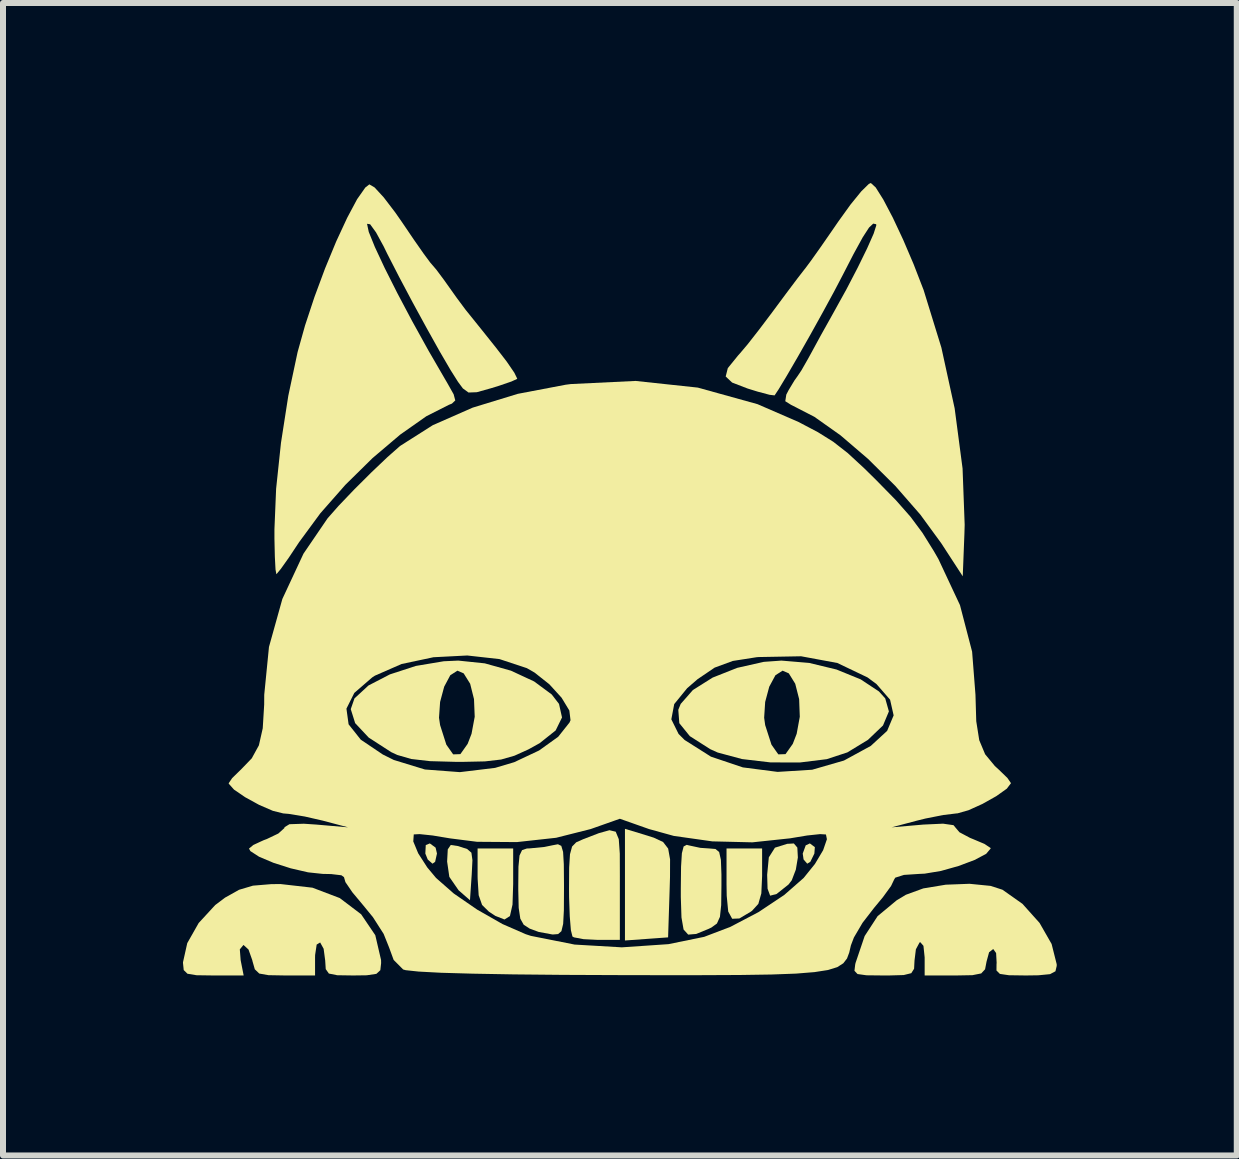
<source format=kicad_pcb>
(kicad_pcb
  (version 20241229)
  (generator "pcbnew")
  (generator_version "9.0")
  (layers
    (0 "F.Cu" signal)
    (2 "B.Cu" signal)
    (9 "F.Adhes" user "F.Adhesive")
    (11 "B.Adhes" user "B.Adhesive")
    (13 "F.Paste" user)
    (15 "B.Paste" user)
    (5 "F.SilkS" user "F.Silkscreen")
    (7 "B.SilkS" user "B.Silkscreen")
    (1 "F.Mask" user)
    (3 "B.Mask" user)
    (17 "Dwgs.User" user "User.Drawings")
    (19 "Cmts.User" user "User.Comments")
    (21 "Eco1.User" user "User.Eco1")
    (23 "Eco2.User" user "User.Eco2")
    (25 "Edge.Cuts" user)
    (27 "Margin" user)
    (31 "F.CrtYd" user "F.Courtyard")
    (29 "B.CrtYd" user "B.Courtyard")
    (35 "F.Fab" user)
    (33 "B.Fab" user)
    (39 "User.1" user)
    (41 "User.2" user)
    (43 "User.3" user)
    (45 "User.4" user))
  (footprint "cat"
    (layer "F.Cu")
    (at 7.281 5.588)
    (property "Reference" "cat" (at 0 0 0) (layer "F.SilkS") (effects (font (size 1.524 1.524) (thickness 0.3))))
    (attr board_only exclude_from_pos_files exclude_from_bom)
    (fp_poly (pts (xy -3.071 5.489) (xy -3.048 5.588) (xy -3.079 5.726) (xy -3.123 5.757) (xy -3.202 5.687) (xy -3.242 5.588) (xy -3.235 5.447) (xy -3.167 5.419)) (stroke (width 0) (type solid)) (fill yes) (layer "F.SilkS"))
    (fp_poly (pts (xy 3.25 5.481) (xy 3.242 5.588) (xy 3.175 5.725) (xy 3.123 5.757) (xy 3.062 5.686) (xy 3.048 5.588) (xy 3.098 5.451) (xy 3.167 5.419)) (stroke (width 0) (type solid)) (fill yes) (layer "F.SilkS"))
    (fp_poly (pts (xy 0.318 5.246) (xy 0.565 5.323) (xy 0.721 5.396) (xy 0.805 5.505) (xy 0.837 5.685) (xy 0.836 5.976) (xy 0.829 6.212) (xy 0.804 6.985) (xy 0.445 7.011) (xy 0.085 7.037) (xy 0.085 5.176)) (stroke (width 0) (type solid)) (fill yes) (layer "F.SilkS"))
    (fp_poly (pts (xy -1.778 6.096) (xy -1.789 6.439) (xy -1.832 6.63) (xy -1.923 6.687) (xy -2.075 6.627) (xy -2.182 6.557) (xy -2.296 6.445) (xy -2.353 6.283) (xy -2.37 6.014) (xy -2.371 5.964) (xy -2.371 5.503) (xy -1.778 5.503)) (stroke (width 0) (type solid)) (fill yes) (layer "F.SilkS"))
    (fp_poly (pts (xy 2.371 5.964) (xy 2.358 6.252) (xy 2.308 6.427) (xy 2.203 6.542) (xy 2.182 6.557) (xy 1.992 6.67) (xy 1.872 6.675) (xy 1.806 6.554) (xy 1.781 6.292) (xy 1.778 6.096) (xy 1.778 5.503) (xy 2.371 5.503)) (stroke (width 0) (type solid)) (fill yes) (layer "F.SilkS"))
    (fp_poly (pts (xy -2.698 5.463) (xy -2.688 5.466) (xy -2.544 5.513) (xy -2.474 5.574) (xy -2.457 5.699) (xy -2.469 5.937) (xy -2.471 5.968) (xy -2.498 6.366) (xy -2.688 6.2) (xy -2.842 5.977) (xy -2.879 5.721) (xy -2.868 5.518) (xy -2.818 5.445)) (stroke (width 0) (type solid)) (fill yes) (layer "F.SilkS"))
    (fp_poly (pts (xy 2.958 5.488) (xy 2.967 5.653) (xy 2.933 5.856) (xy 2.865 6.034) (xy 2.811 6.104) (xy 2.612 6.262) (xy 2.505 6.29) (xy 2.462 6.175) (xy 2.455 5.942) (xy 2.483 5.651) (xy 2.585 5.49) (xy 2.789 5.426) (xy 2.9 5.42)) (stroke (width 0) (type solid)) (fill yes) (layer "F.SilkS"))
    (fp_poly (pts (xy -0.069 5.224) (xy -0.018 5.348) (xy -0.001 5.59) (xy 0.000151 5.974) (xy 0 6.09) (xy 0 7.027) (xy -0.367 7.027) (xy -0.604 7.015) (xy -0.764 6.985) (xy -0.79 6.971) (xy -0.816 6.866) (xy -0.835 6.634) (xy -0.846 6.318) (xy -0.847 6.177) (xy -0.845 5.822) (xy -0.831 5.599) (xy -0.796 5.471) (xy -0.728 5.401) (xy -0.618 5.352) (xy -0.614 5.35) (xy -0.349 5.248) (xy -0.173 5.199)) (stroke (width 0) (type solid)) (fill yes) (layer "F.SilkS"))
    (fp_poly (pts (xy 1.15 5.452) (xy 1.341 5.493) (xy 1.489 5.503) (xy 1.594 5.512) (xy 1.655 5.563) (xy 1.684 5.692) (xy 1.693 5.936) (xy 1.693 6.125) (xy 1.689 6.447) (xy 1.668 6.643) (xy 1.618 6.754) (xy 1.526 6.821) (xy 1.478 6.844) (xy 1.273 6.928) (xy 1.139 6.939) (xy 1.062 6.854) (xy 1.027 6.653) (xy 1.016 6.312) (xy 1.016 6.172) (xy 1.02 5.806) (xy 1.034 5.582) (xy 1.063 5.47) (xy 1.114 5.443)) (stroke (width 0) (type solid)) (fill yes) (layer "F.SilkS"))
    (fp_poly (pts (xy -0.976 5.46) (xy -0.946 5.561) (xy -0.934 5.767) (xy -0.931 6.108) (xy -0.931 6.171) (xy -0.933 6.534) (xy -0.945 6.761) (xy -0.974 6.882) (xy -1.029 6.93) (xy -1.116 6.937) (xy -1.122 6.937) (xy -1.354 6.894) (xy -1.503 6.839) (xy -1.602 6.775) (xy -1.659 6.674) (xy -1.686 6.494) (xy -1.693 6.194) (xy -1.693 6.125) (xy -1.69 5.806) (xy -1.672 5.62) (xy -1.63 5.531) (xy -1.551 5.504) (xy -1.503 5.502) (xy -1.258 5.478) (xy -1.122 5.45) (xy -1.032 5.433)) (stroke (width 0) (type solid)) (fill yes) (layer "F.SilkS"))
    (fp_poly (pts (xy 3.156 2.411) (xy 3.612 2.521) (xy 4.014 2.685) (xy 4.318 2.886) (xy 4.423 3.002) (xy 4.484 3.219) (xy 4.386 3.453) (xy 4.135 3.693) (xy 3.792 3.902) (xy 3.448 4.015) (xy 3.002 4.07) (xy 2.512 4.069) (xy 2.035 4.013) (xy 1.63 3.904) (xy 1.506 3.848) (xy 1.166 3.631) (xy 0.991 3.415) (xy 0.984 3.324) (xy 2.405 3.324) (xy 2.422 3.447) (xy 2.527 3.773) (xy 2.641 3.935) (xy 2.761 3.931) (xy 2.882 3.76) (xy 2.947 3.592) (xy 2.999 3.308) (xy 2.988 3.014) (xy 2.923 2.758) (xy 2.816 2.585) (xy 2.712 2.54) (xy 2.593 2.616) (xy 2.49 2.807) (xy 2.422 3.061) (xy 2.405 3.324) (xy 0.984 3.324) (xy 0.974 3.192) (xy 1.014 3.094) (xy 1.218 2.862) (xy 1.547 2.655) (xy 1.956 2.493) (xy 2.399 2.393) (xy 2.693 2.372)) (stroke (width 0) (type solid)) (fill yes) (layer "F.SilkS"))
    (fp_poly (pts (xy -2.251 2.418) (xy -1.815 2.54) (xy -1.428 2.72) (xy -1.135 2.937) (xy -1.014 3.094) (xy -0.964 3.32) (xy -1.07 3.536) (xy -1.336 3.748) (xy -1.524 3.852) (xy -1.756 3.957) (xy -1.979 4.021) (xy -2.249 4.052) (xy -2.62 4.06) (xy -2.728 4.06) (xy -3.165 4.048) (xy -3.477 4.012) (xy -3.709 3.945) (xy -3.81 3.898) (xy -4.185 3.656) (xy -4.412 3.414) (xy -4.44 3.324) (xy -3.014 3.324) (xy -2.996 3.447) (xy -2.892 3.773) (xy -2.778 3.935) (xy -2.658 3.931) (xy -2.537 3.76) (xy -2.472 3.592) (xy -2.419 3.308) (xy -2.431 3.014) (xy -2.495 2.758) (xy -2.603 2.585) (xy -2.707 2.54) (xy -2.826 2.616) (xy -2.928 2.807) (xy -2.996 3.061) (xy -3.014 3.324) (xy -4.44 3.324) (xy -4.485 3.181) (xy -4.423 3.002) (xy -4.19 2.787) (xy -3.833 2.602) (xy -3.4 2.461) (xy -2.935 2.383) (xy -2.693 2.372)) (stroke (width 0) (type solid)) (fill yes) (layer "F.SilkS"))
    (fp_poly (pts (xy -5.123 6.157) (xy -4.668 6.33) (xy -4.312 6.6) (xy -4.076 6.949) (xy -3.98 7.362) (xy -3.979 7.414) (xy -3.992 7.532) (xy -4.058 7.593) (xy -4.219 7.617) (xy -4.445 7.62) (xy -4.711 7.616) (xy -4.85 7.588) (xy -4.902 7.514) (xy -4.911 7.371) (xy -4.911 7.371) (xy -4.937 7.175) (xy -4.995 7.07) (xy -5.053 7.105) (xy -5.079 7.278) (xy -5.08 7.319) (xy -5.08 7.62) (xy -5.577 7.62) (xy -5.856 7.615) (xy -6.01 7.588) (xy -6.084 7.517) (xy -6.123 7.381) (xy -6.126 7.366) (xy -6.189 7.188) (xy -6.272 7.112) (xy -6.274 7.112) (xy -6.334 7.185) (xy -6.32 7.366) (xy -6.27 7.62) (xy -6.775 7.62) (xy -7.056 7.616) (xy -7.207 7.591) (xy -7.269 7.53) (xy -7.281 7.413) (xy -7.281 7.399) (xy -7.21 7.081) (xy -7.02 6.746) (xy -6.744 6.446) (xy -6.579 6.322) (xy -6.347 6.192) (xy -6.115 6.123) (xy -5.813 6.098) (xy -5.658 6.096)) (stroke (width 0) (type solid)) (fill yes) (layer "F.SilkS"))
    (fp_poly (pts (xy 6.179 6.127) (xy 6.377 6.191) (xy 6.71 6.426) (xy 6.995 6.744) (xy 7.196 7.095) (xy 7.281 7.433) (xy 7.281 7.461) (xy 7.26 7.55) (xy 7.17 7.598) (xy 6.975 7.617) (xy 6.767 7.62) (xy 6.484 7.616) (xy 6.334 7.594) (xy 6.277 7.537) (xy 6.278 7.43) (xy 6.28 7.412) (xy 6.271 7.246) (xy 6.223 7.179) (xy 6.154 7.233) (xy 6.112 7.387) (xy 6.087 7.517) (xy 6.023 7.586) (xy 5.876 7.615) (xy 5.606 7.62) (xy 5.582 7.62) (xy 5.08 7.62) (xy 5.08 7.319) (xy 5.06 7.126) (xy 5.007 7.065) (xy 4.995 7.07) (xy 4.934 7.184) (xy 4.911 7.371) (xy 4.904 7.508) (xy 4.857 7.582) (xy 4.731 7.613) (xy 4.485 7.62) (xy 4.393 7.62) (xy 4.11 7.617) (xy 3.961 7.596) (xy 3.91 7.542) (xy 3.922 7.44) (xy 3.928 7.412) (xy 4.08 6.963) (xy 4.296 6.631) (xy 4.614 6.367) (xy 4.767 6.275) (xy 5.057 6.169) (xy 5.432 6.107) (xy 5.828 6.092)) (stroke (width 0) (type solid)) (fill yes) (layer "F.SilkS"))
    (fp_poly (pts (xy 4.264 -5.514) (xy 4.391 -5.312) (xy 4.549 -5.011) (xy 4.722 -4.642) (xy 4.896 -4.235) (xy 5.057 -3.819) (xy 5.061 -3.81) (xy 5.359 -2.844) (xy 5.58 -1.832) (xy 5.712 -0.83) (xy 5.747 0.108) (xy 5.743 0.251) (xy 5.715 0.967) (xy 5.356 0.415) (xy 5.008 -0.061) (xy 4.591 -0.539) (xy 4.137 -0.989) (xy 3.677 -1.383) (xy 3.242 -1.691) (xy 2.865 -1.885) (xy 2.856 -1.889) (xy 2.757 -1.951) (xy 2.774 -2.061) (xy 2.813 -2.136) (xy 2.91 -2.297) (xy 2.963 -2.371) (xy 3.026 -2.465) (xy 3.134 -2.654) (xy 3.188 -2.752) (xy 3.354 -3.057) (xy 3.532 -3.375) (xy 3.562 -3.429) (xy 3.774 -3.812) (xy 3.965 -4.179) (xy 4.122 -4.5) (xy 4.23 -4.744) (xy 4.274 -4.882) (xy 4.272 -4.901) (xy 4.223 -4.911) (xy 4.153 -4.845) (xy 4.048 -4.683) (xy 3.895 -4.404) (xy 3.72 -4.064) (xy 3.568 -3.774) (xy 3.378 -3.425) (xy 3.171 -3.052) (xy 2.966 -2.691) (xy 2.784 -2.378) (xy 2.646 -2.149) (xy 2.579 -2.048) (xy 2.495 -2.058) (xy 2.299 -2.11) (xy 2.128 -2.163) (xy 1.871 -2.262) (xy 1.764 -2.363) (xy 1.799 -2.502) (xy 1.97 -2.713) (xy 2.005 -2.752) (xy 2.13 -2.9) (xy 2.317 -3.139) (xy 2.53 -3.421) (xy 2.567 -3.471) (xy 2.774 -3.75) (xy 2.954 -3.99) (xy 3.075 -4.146) (xy 3.089 -4.163) (xy 3.187 -4.295) (xy 3.351 -4.526) (xy 3.552 -4.816) (xy 3.642 -4.947) (xy 3.845 -5.229) (xy 4.023 -5.448) (xy 4.149 -5.572) (xy 4.183 -5.588)) (stroke (width 0) (type solid)) (fill yes) (layer "F.SilkS"))
    (fp_poly (pts (xy -4.088 -5.514) (xy -3.936 -5.349) (xy -3.745 -5.099) (xy -3.632 -4.937) (xy -3.434 -4.645) (xy -3.269 -4.409) (xy -3.161 -4.263) (xy -3.135 -4.233) (xy -3.058 -4.143) (xy -2.927 -3.967) (xy -2.876 -3.895) (xy -2.721 -3.677) (xy -2.591 -3.502) (xy -2.568 -3.471) (xy -2.466 -3.345) (xy -2.294 -3.131) (xy -2.088 -2.873) (xy -2.071 -2.852) (xy -1.886 -2.612) (xy -1.758 -2.425) (xy -1.711 -2.328) (xy -1.712 -2.323) (xy -1.808 -2.279) (xy -2.012 -2.209) (xy -2.145 -2.168) (xy -2.384 -2.101) (xy -2.522 -2.096) (xy -2.616 -2.164) (xy -2.697 -2.273) (xy -2.822 -2.471) (xy -3.004 -2.783) (xy -3.22 -3.17) (xy -3.452 -3.595) (xy -3.678 -4.021) (xy -3.877 -4.409) (xy -3.936 -4.53) (xy -4.064 -4.765) (xy -4.162 -4.9) (xy -4.212 -4.908) (xy -4.213 -4.904) (xy -4.185 -4.773) (xy -4.083 -4.521) (xy -3.92 -4.172) (xy -3.708 -3.751) (xy -3.46 -3.283) (xy -3.188 -2.792) (xy -2.904 -2.302) (xy -2.882 -2.265) (xy -2.77 -2.066) (xy -2.743 -1.964) (xy -2.799 -1.911) (xy -2.849 -1.891) (xy -3.226 -1.7) (xy -3.66 -1.395) (xy -4.121 -1.004) (xy -4.575 -0.557) (xy -4.992 -0.083) (xy -5.339 0.389) (xy -5.345 0.397) (xy -5.515 0.653) (xy -5.649 0.842) (xy -5.721 0.929) (xy -5.725 0.931) (xy -5.739 0.853) (xy -5.75 0.644) (xy -5.757 0.341) (xy -5.757 0.183) (xy -5.729 -0.492) (xy -5.648 -1.257) (xy -5.526 -2.041) (xy -5.371 -2.77) (xy -5.247 -3.213) (xy -5.09 -3.688) (xy -4.913 -4.165) (xy -4.727 -4.615) (xy -4.544 -5.009) (xy -4.379 -5.318) (xy -4.242 -5.513) (xy -4.175 -5.565)) (stroke (width 0) (type solid)) (fill yes) (layer "F.SilkS"))
    (fp_poly (pts (xy 1.299 -2.178) (xy 2.294 -1.902) (xy 2.978 -1.605) (xy 3.301 -1.435) (xy 3.557 -1.275) (xy 3.799 -1.086) (xy 4.075 -0.831) (xy 4.274 -0.635) (xy 4.604 -0.298) (xy 4.846 -0.023) (xy 5.043 0.242) (xy 5.233 0.547) (xy 5.309 0.679) (xy 5.669 1.448) (xy 5.871 2.223) (xy 5.927 2.941) (xy 5.94 3.382) (xy 5.99 3.699) (xy 6.088 3.933) (xy 6.25 4.129) (xy 6.321 4.194) (xy 6.46 4.329) (xy 6.519 4.415) (xy 6.519 4.415) (xy 6.449 4.507) (xy 6.273 4.632) (xy 6.043 4.761) (xy 5.811 4.866) (xy 5.628 4.918) (xy 5.611 4.919) (xy 5.389 4.946) (xy 5.095 5.004) (xy 4.953 5.039) (xy 4.53 5.151) (xy 5.059 5.105) (xy 5.387 5.09) (xy 5.561 5.115) (xy 5.588 5.148) (xy 5.66 5.233) (xy 5.837 5.327) (xy 5.884 5.346) (xy 6.076 5.427) (xy 6.177 5.494) (xy 6.181 5.503) (xy 6.105 5.593) (xy 5.91 5.696) (xy 5.643 5.796) (xy 5.351 5.878) (xy 5.08 5.923) (xy 4.993 5.927) (xy 4.735 5.944) (xy 4.59 5.99) (xy 4.572 6.02) (xy 4.52 6.129) (xy 4.384 6.316) (xy 4.239 6.491) (xy 4.045 6.742) (xy 3.901 6.987) (xy 3.851 7.118) (xy 3.823 7.238) (xy 3.786 7.337) (xy 3.724 7.417) (xy 3.624 7.481) (xy 3.469 7.529) (xy 3.244 7.564) (xy 2.935 7.589) (xy 2.526 7.604) (xy 2.002 7.612) (xy 1.347 7.615) (xy 0.548 7.615) (xy 0.002 7.614) (xy -0.953 7.61) (xy -1.773 7.602) (xy -2.45 7.59) (xy -2.979 7.575) (xy -3.354 7.555) (xy -3.569 7.532) (xy -3.612 7.52) (xy -3.77 7.361) (xy -3.847 7.151) (xy -3.937 6.927) (xy -4.115 6.649) (xy -4.276 6.452) (xy -4.458 6.234) (xy -4.574 6.064) (xy -4.598 5.981) (xy -4.641 5.95) (xy -4.811 5.93) (xy -4.954 5.927) (xy -5.197 5.901) (xy -5.486 5.834) (xy -5.774 5.742) (xy -6.013 5.641) (xy -6.158 5.547) (xy -6.181 5.505) (xy -6.109 5.445) (xy -5.982 5.386) (xy -3.443 5.386) (xy -3.361 5.584) (xy -3.21 5.819) (xy -3.063 5.995) (xy -2.768 6.254) (xy -2.377 6.523) (xy -1.956 6.763) (xy -1.569 6.932) (xy -1.483 6.96) (xy -0.754 7.105) (xy 0.033 7.151) (xy 0.81 7.098) (xy 1.406 6.976) (xy 1.844 6.809) (xy 2.311 6.564) (xy 2.74 6.278) (xy 3.063 5.995) (xy 3.251 5.762) (xy 3.388 5.532) (xy 3.451 5.349) (xy 3.435 5.27) (xy 3.338 5.264) (xy 3.121 5.287) (xy 2.832 5.335) (xy 2.83 5.335) (xy 2.209 5.401) (xy 1.541 5.385) (xy 0.899 5.294) (xy 0.487 5.18) (xy 0 5.008) (xy -0.487 5.18) (xy -1.062 5.325) (xy -1.717 5.397) (xy -2.381 5.392) (xy -2.83 5.335) (xy -3.119 5.287) (xy -3.337 5.264) (xy -3.435 5.269) (xy -3.435 5.27) (xy -3.443 5.386) (xy -5.982 5.386) (xy -5.933 5.364) (xy -5.884 5.346) (xy -5.692 5.254) (xy -5.592 5.164) (xy -5.588 5.148) (xy -5.507 5.099) (xy -5.267 5.091) (xy -5.059 5.105) (xy -4.53 5.151) (xy -4.953 5.039) (xy -5.25 4.971) (xy -5.518 4.927) (xy -5.611 4.919) (xy -5.783 4.876) (xy -6.012 4.777) (xy -6.245 4.649) (xy -6.431 4.522) (xy -6.518 4.424) (xy -6.519 4.415) (xy -6.462 4.331) (xy -6.324 4.196) (xy -6.321 4.194) (xy -6.135 4.001) (xy -6.016 3.784) (xy -5.952 3.5) (xy -5.932 3.173) (xy -4.557 3.173) (xy -4.521 3.434) (xy -4.318 3.69) (xy -3.951 3.937) (xy -3.768 4.028) (xy -3.249 4.187) (xy -2.666 4.231) (xy -2.079 4.16) (xy -1.76 4.065) (xy -1.346 3.87) (xy -1.028 3.642) (xy -0.839 3.404) (xy -0.822 3.365) (xy -0.824 3.351) (xy 0.858 3.351) (xy 0.979 3.595) (xy 1.079 3.695) (xy 1.518 3.973) (xy 2.05 4.152) (xy 2.629 4.227) (xy 3.205 4.191) (xy 3.731 4.039) (xy 3.744 4.033) (xy 4.182 3.794) (xy 4.455 3.543) (xy 4.563 3.285) (xy 4.504 3.024) (xy 4.277 2.763) (xy 4.127 2.652) (xy 3.625 2.412) (xy 3.021 2.3) (xy 2.31 2.313) (xy 2.277 2.316) (xy 1.882 2.378) (xy 1.58 2.489) (xy 1.294 2.683) (xy 1.122 2.832) (xy 0.906 3.097) (xy 0.858 3.351) (xy -0.824 3.351) (xy -0.842 3.204) (xy -0.971 2.991) (xy -1.175 2.767) (xy -1.421 2.572) (xy -1.55 2.498) (xy -2.006 2.347) (xy -2.543 2.287) (xy -3.106 2.316) (xy -3.638 2.429) (xy -4.082 2.623) (xy -4.127 2.652) (xy -4.426 2.911) (xy -4.557 3.173) (xy -5.932 3.173) (xy -5.928 3.105) (xy -5.927 2.941) (xy -5.848 2.144) (xy -5.625 1.345) (xy -5.273 0.59) (xy -4.872 0.002) (xy -4.688 -0.207) (xy -4.43 -0.477) (xy -4.143 -0.763) (xy -3.875 -1.018) (xy -3.67 -1.199) (xy -3.654 -1.211) (xy -3.117 -1.552) (xy -2.453 -1.844) (xy -1.701 -2.074) (xy -0.902 -2.226) (xy -0.816 -2.237) (xy 0.262 -2.289)) (stroke (width 0) (type solid)) (fill yes) (layer "F.SilkS")))
  (gr_rect
    (start -3 -3)
    (end 17.563 16.208)
    (stroke (width 0.1) (type default))
    (fill no)
    (layer "Edge.Cuts")))
</source>
